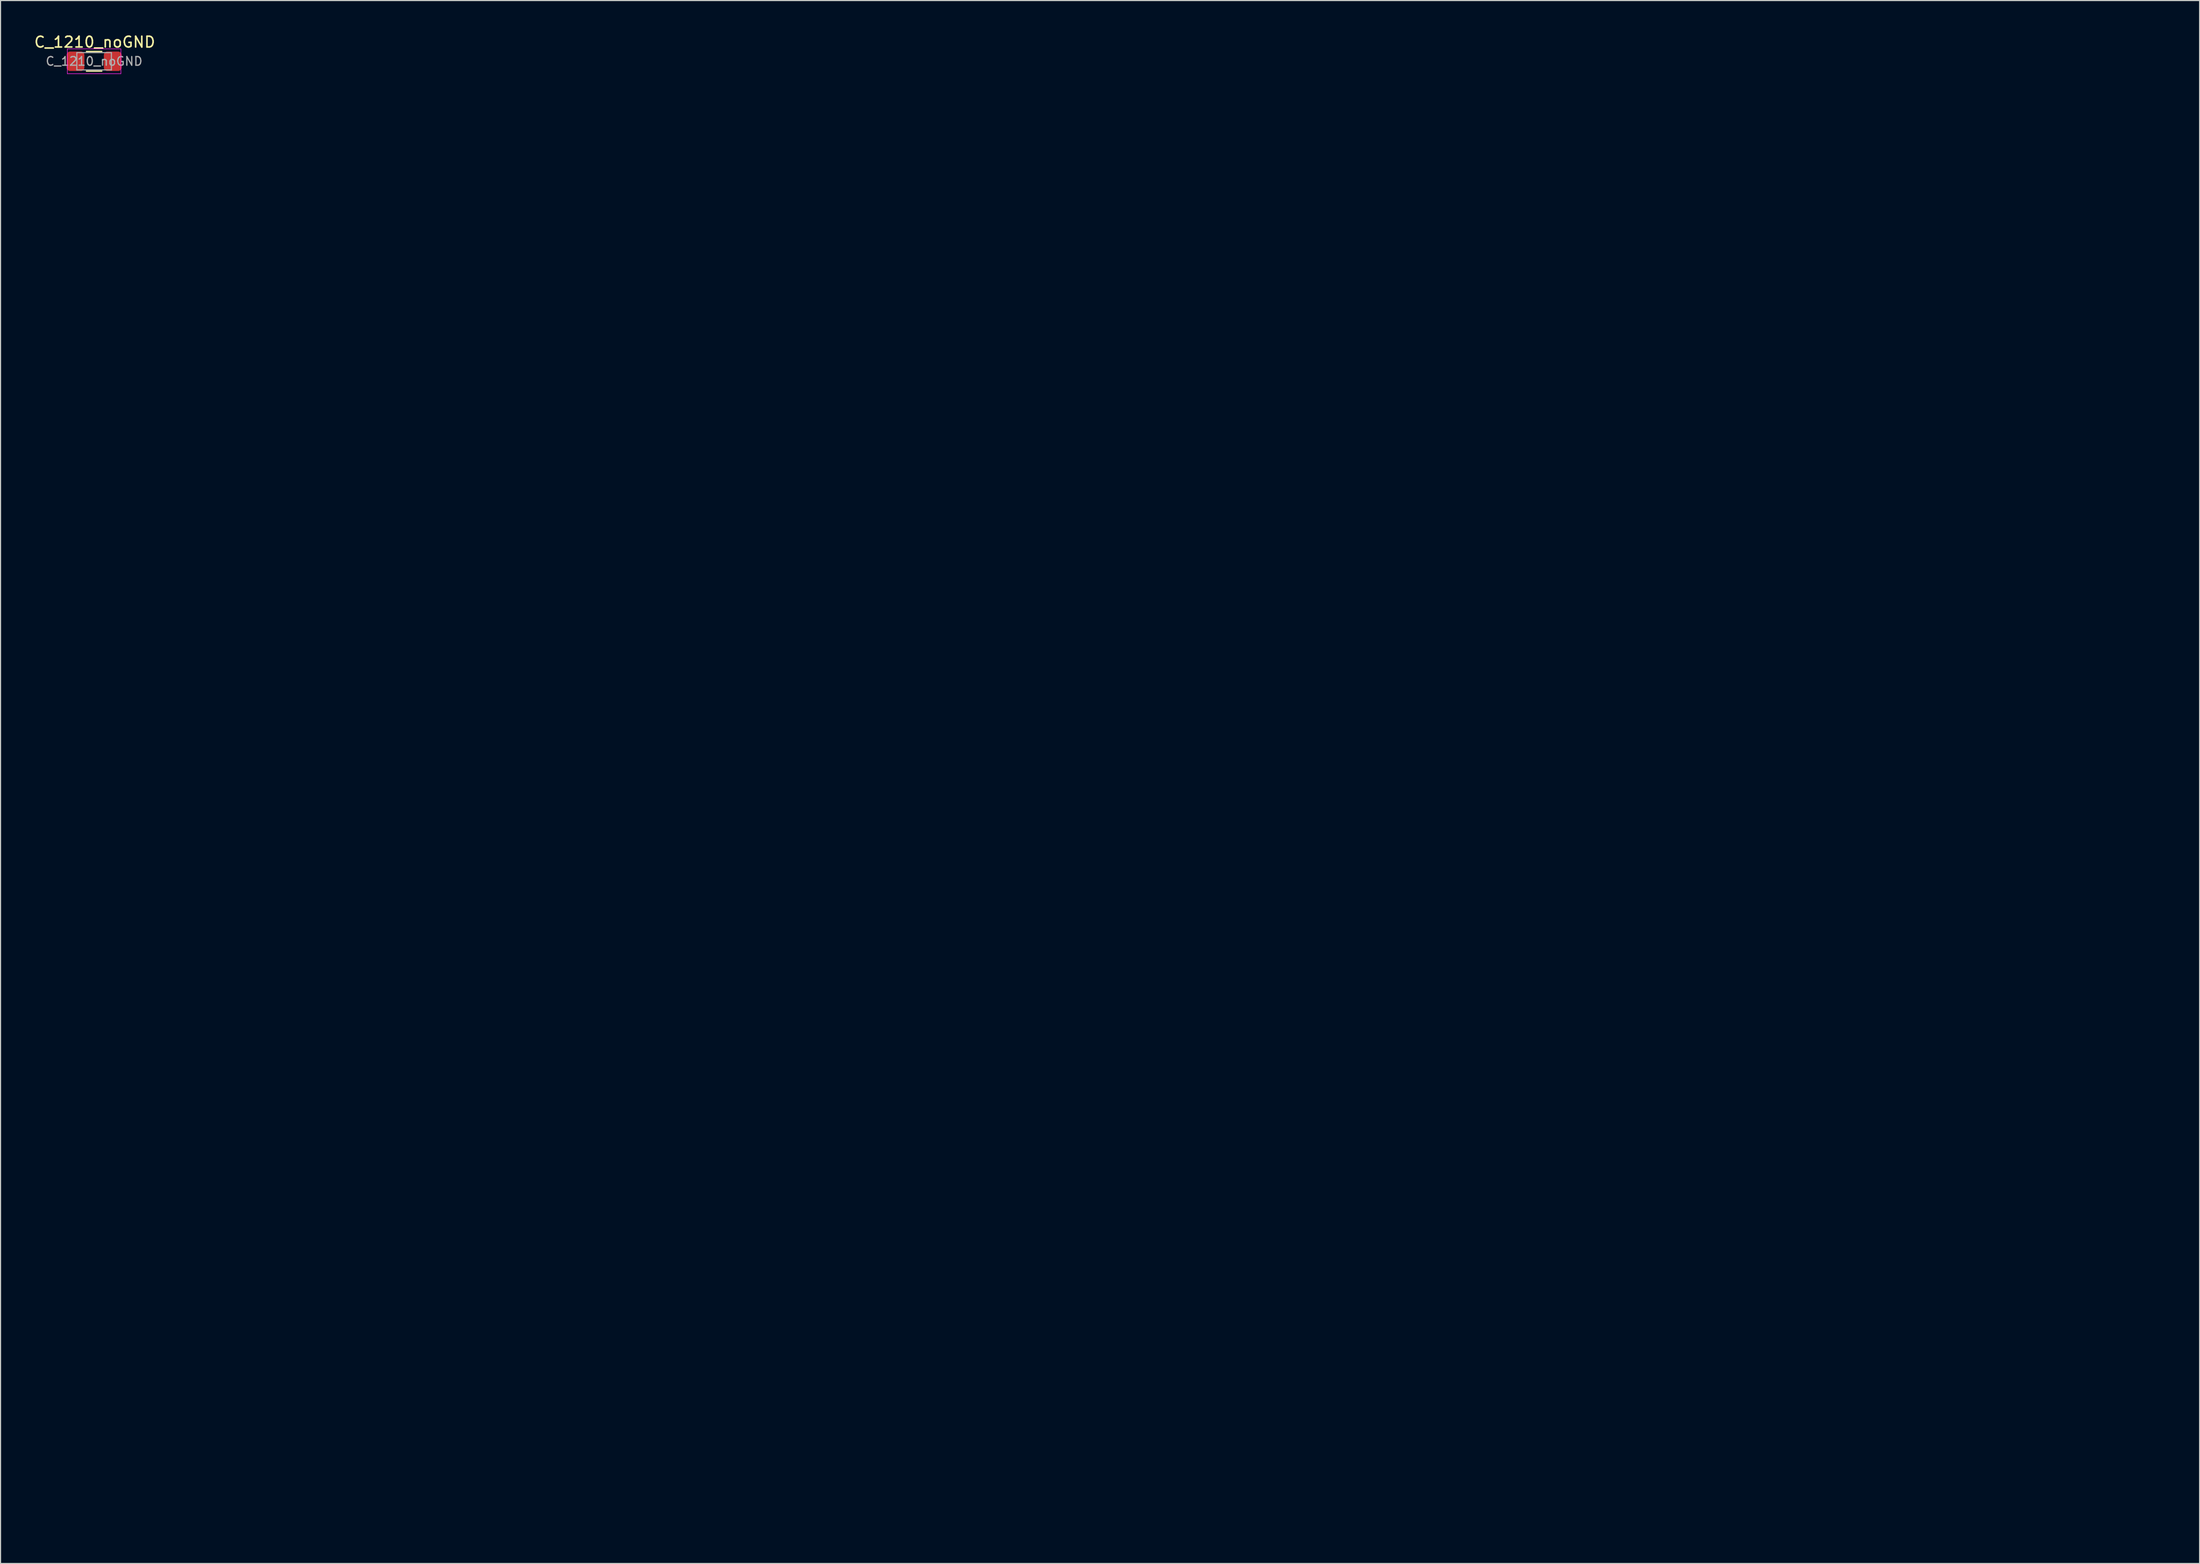
<source format=kicad_pcb>
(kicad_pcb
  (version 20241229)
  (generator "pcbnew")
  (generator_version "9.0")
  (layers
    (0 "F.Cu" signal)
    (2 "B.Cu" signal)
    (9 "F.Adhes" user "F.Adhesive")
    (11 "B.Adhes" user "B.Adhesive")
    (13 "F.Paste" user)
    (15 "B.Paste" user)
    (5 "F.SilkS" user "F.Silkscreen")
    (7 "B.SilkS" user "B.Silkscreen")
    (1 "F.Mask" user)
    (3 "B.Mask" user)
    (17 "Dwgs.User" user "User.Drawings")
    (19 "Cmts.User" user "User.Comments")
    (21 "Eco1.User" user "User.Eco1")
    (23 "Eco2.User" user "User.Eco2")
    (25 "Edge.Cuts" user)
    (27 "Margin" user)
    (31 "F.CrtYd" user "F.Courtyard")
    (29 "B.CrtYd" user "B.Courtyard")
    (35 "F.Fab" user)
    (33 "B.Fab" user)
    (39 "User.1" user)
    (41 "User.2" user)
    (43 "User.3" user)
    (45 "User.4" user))
  (footprint "C_1210_noGND"
    (layer "F.Cu")
    (at 5.662 2.626)
    (property "Reference" "C_1210_noGND" (at 0.058 -1.778 180) (layer "F.SilkS") (effects (font (size 1 1) (thickness 0.15))))
    (attr smd)
    (fp_line (start -0.711 -0.91) (end 0.711 -0.91) (stroke (width 0.12) (type solid)) (layer "F.SilkS"))
    (fp_line (start -0.711 0.91) (end 0.711 0.91) (stroke (width 0.12) (type solid)) (layer "F.SilkS"))
    (fp_line (start -2.48 -1.15) (end 2.48 -1.15) (stroke (width 0.05) (type solid)) (layer "F.CrtYd"))
    (fp_line (start -2.48 1.15) (end -2.48 -1.15) (stroke (width 0.05) (type solid)) (layer "F.CrtYd"))
    (fp_line (start 2.48 -1.15) (end 2.48 1.15) (stroke (width 0.05) (type solid)) (layer "F.CrtYd"))
    (fp_line (start 2.48 1.15) (end -2.48 1.15) (stroke (width 0.05) (type solid)) (layer "F.CrtYd"))
    (fp_line (start -1.6 -0.8) (end 1.6 -0.8) (stroke (width 0.1) (type solid)) (layer "F.Fab"))
    (fp_line (start -1.6 0.8) (end -1.6 -0.8) (stroke (width 0.1) (type solid)) (layer "F.Fab"))
    (fp_line (start 1.6 -0.8) (end 1.6 0.8) (stroke (width 0.1) (type solid)) (layer "F.Fab"))
    (fp_line (start 1.6 0.8) (end -1.6 0.8) (stroke (width 0.1) (type solid)) (layer "F.Fab"))
    (fp_text user "${REFERENCE}" (at 0 0 180) (layer "F.Fab") (effects (font (size 0.8 0.8) (thickness 0.12))))
    (pad "1" smd roundrect (at -1.72 0) (size 1.64 1.8) (layers "F.Cu" "F.Mask" "F.Paste") (roundrect_rratio 0.189))
    (pad "2" smd roundrect (at 1.72 0) (size 1.64 1.8) (layers "F.Cu" "F.Mask" "F.Paste") (roundrect_rratio 0.189))
    (zone (net_name "") (layer "F.Cu") (hatch edge 0.5) (connect_pads) (min_thickness 0.25) (filled_areas_thickness no) (keepout (tracks allowed) (vias allowed) (pads allowed) (copperpour not_allowed) (footprints allowed)) (placement (enabled no)) (fill) (polygon (pts (xy 195.538 136.738) (xy 197.57 136.738) (xy 197.57 138.77) (xy 195.538 138.77)))))
  (gr_rect
    (start -3 -3)
    (end 200.57 141.77)
    (stroke (width 0.1) (type default))
    (fill no)
    (layer "Edge.Cuts")))
</source>
